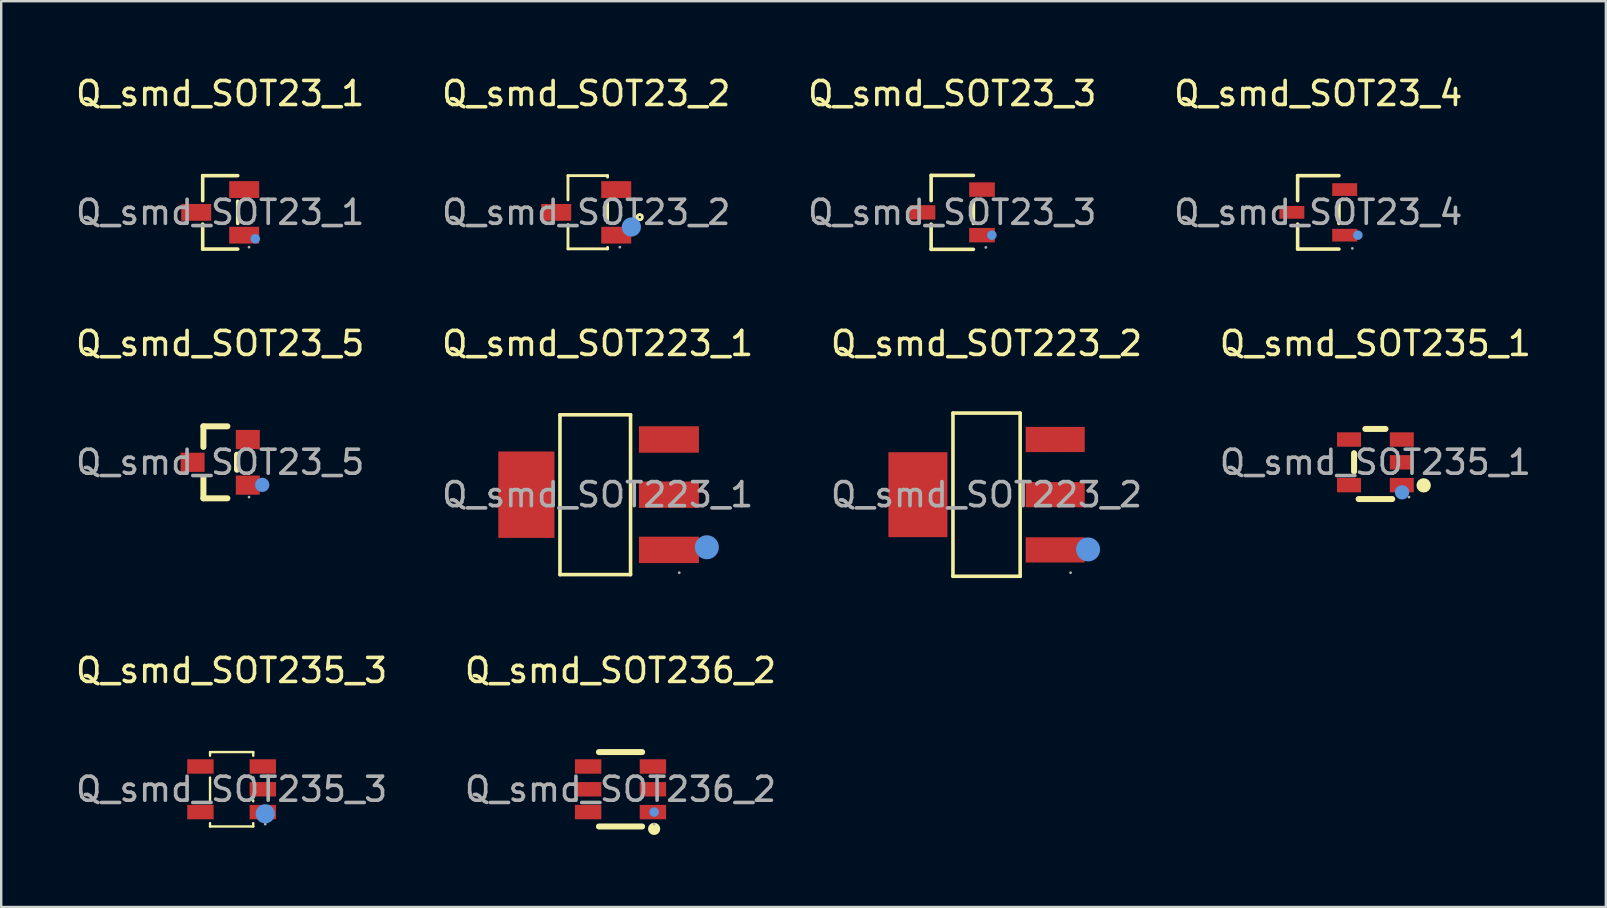
<source format=kicad_pcb>
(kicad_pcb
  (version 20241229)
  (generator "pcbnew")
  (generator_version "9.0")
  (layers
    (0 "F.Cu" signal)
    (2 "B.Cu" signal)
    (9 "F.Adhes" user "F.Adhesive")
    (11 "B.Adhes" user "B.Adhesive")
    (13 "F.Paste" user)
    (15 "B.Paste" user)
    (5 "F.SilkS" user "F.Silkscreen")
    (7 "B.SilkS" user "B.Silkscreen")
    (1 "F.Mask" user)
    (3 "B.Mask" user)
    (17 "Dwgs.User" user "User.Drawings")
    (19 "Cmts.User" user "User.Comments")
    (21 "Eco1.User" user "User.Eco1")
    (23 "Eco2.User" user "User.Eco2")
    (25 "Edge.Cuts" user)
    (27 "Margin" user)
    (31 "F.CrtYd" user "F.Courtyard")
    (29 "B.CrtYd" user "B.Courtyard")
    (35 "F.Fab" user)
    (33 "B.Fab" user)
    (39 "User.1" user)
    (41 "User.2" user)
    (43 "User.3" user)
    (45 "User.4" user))
  (footprint "Q_smd_SOT23_1"
    (layer "F.Cu")
    (at 6.125 5.798)
    (property "Reference" "Q_smd_SOT23_1" (at 0 -4.95 0) (layer "F.SilkS") (effects (font (size 1 1) (thickness 0.15))))
    (attr smd)
    (fp_line (start -0.73 -1.53) (end -0.73 -0.49) (stroke (width 0.15) (type solid)) (layer "F.SilkS"))
    (fp_line (start -0.73 1.53) (end -0.73 0.49) (stroke (width 0.15) (type solid)) (layer "F.SilkS"))
    (fp_line (start 0.73 -1.53) (end -0.73 -1.53) (stroke (width 0.15) (type solid)) (layer "F.SilkS"))
    (fp_line (start 0.73 -0.46) (end 0.73 0.46) (stroke (width 0.15) (type solid)) (layer "F.SilkS"))
    (fp_line (start 0.73 1.53) (end -0.73 1.53) (stroke (width 0.15) (type solid)) (layer "F.SilkS"))
    (fp_circle (center 1.46 1.1) (end 1.56 1.1) (stroke (width 0.2) (type solid)) (fill no) (layer "Cmts.User"))
    (fp_circle (center 1.2 1.45) (end 1.23 1.45) (stroke (width 0.06) (type solid)) (fill no) (layer "F.Fab"))
    (fp_text user "${REFERENCE}" (at 0 0 0) (layer "F.Fab") (effects (font (size 1 1) (thickness 0.15))))
    (pad "1" smd rect (at 1 0.95) (size 1.25 0.7) (layers "F.Cu" "F.Mask" "F.Paste"))
    (pad "2" smd rect (at 1 -0.95) (size 1.25 0.7) (layers "F.Cu" "F.Mask" "F.Paste"))
    (pad "3" smd rect (at -1 0) (size 1.25 0.7) (layers "F.Cu" "F.Mask" "F.Paste")))
  (footprint "Q_smd_SOT23_3"
    (layer "F.Cu")
    (at 36.625 5.798)
    (property "Reference" "Q_smd_SOT23_3" (at 0 -4.95 0) (layer "F.SilkS") (effects (font (size 1 1) (thickness 0.15))))
    (attr smd)
    (fp_line (start -0.88 -1.54) (end -0.88 -0.49) (stroke (width 0.15) (type solid)) (layer "F.SilkS"))
    (fp_line (start -0.88 1.54) (end -0.88 0.49) (stroke (width 0.15) (type solid)) (layer "F.SilkS"))
    (fp_line (start 0.88 -1.54) (end -0.88 -1.54) (stroke (width 0.15) (type solid)) (layer "F.SilkS"))
    (fp_line (start 0.88 -0.46) (end 0.88 0.46) (stroke (width 0.15) (type solid)) (layer "F.SilkS"))
    (fp_line (start 0.88 1.54) (end -0.88 1.54) (stroke (width 0.15) (type solid)) (layer "F.SilkS"))
    (fp_circle (center 1.65 0.95) (end 1.75 0.95) (stroke (width 0.2) (type solid)) (fill no) (layer "Cmts.User"))
    (fp_circle (center 1.4 1.46) (end 1.43 1.46) (stroke (width 0.06) (type solid)) (fill no) (layer "F.Fab"))
    (fp_text user "${REFERENCE}" (at 0 0 0) (layer "F.Fab") (effects (font (size 1 1) (thickness 0.15))))
    (pad "1" smd rect (at 1.24 0.95) (size 1.07 0.6) (layers "F.Cu" "F.Mask" "F.Paste"))
    (pad "2" smd rect (at 1.24 -0.95) (size 1.07 0.6) (layers "F.Cu" "F.Mask" "F.Paste"))
    (pad "3" smd rect (at -1.24 0) (size 1.07 0.6) (layers "F.Cu" "F.Mask" "F.Paste")))
  (footprint "Q_smd_SOT223_2"
    (layer "F.Cu")
    (at 38.054 17.561)
    (property "Reference" "Q_smd_SOT223_2" (at 0 -6.3 0) (layer "F.SilkS") (effects (font (size 1 1) (thickness 0.15))))
    (attr smd)
    (fp_line (start -1.4 -3.4) (end 1.4 -3.4) (stroke (width 0.15) (type solid)) (layer "F.SilkS"))
    (fp_line (start -1.4 3.4) (end -1.4 -3.4) (stroke (width 0.15) (type solid)) (layer "F.SilkS"))
    (fp_line (start 1.4 -3.4) (end 1.4 3.4) (stroke (width 0.15) (type solid)) (layer "F.SilkS"))
    (fp_line (start 1.4 3.4) (end -1.4 3.4) (stroke (width 0.15) (type solid)) (layer "F.SilkS"))
    (fp_circle (center 4.23 2.28) (end 4.48 2.28) (stroke (width 0.5) (type solid)) (fill no) (layer "Cmts.User"))
    (fp_circle (center 3.5 3.25) (end 3.53 3.25) (stroke (width 0.06) (type solid)) (fill no) (layer "F.Fab"))
    (fp_text user "${REFERENCE}" (at 0 0 0) (layer "F.Fab") (effects (font (size 1 1) (thickness 0.15))))
    (pad "1" smd rect (at 2.86 2.3) (size 2.46 1.05) (layers "F.Cu" "F.Mask" "F.Paste"))
    (pad "2" smd rect (at 2.86 0) (size 2.46 1.05) (layers "F.Cu" "F.Mask" "F.Paste"))
    (pad "3" smd rect (at 2.86 -2.3) (size 2.46 1.05) (layers "F.Cu" "F.Mask" "F.Paste"))
    (pad "4" smd rect (at -2.86 0) (size 2.46 3.54) (layers "F.Cu" "F.Mask" "F.Paste")))
  (footprint "Q_smd_SOT236_2"
    (layer "F.Cu")
    (at 22.804 29.835)
    (property "Reference" "Q_smd_SOT236_2" (at 0 -4.95 0) (layer "F.SilkS") (effects (font (size 1 1) (thickness 0.15))))
    (attr smd)
    (fp_line (start -0.9 -1.55) (end 0.9 -1.55) (stroke (width 0.25) (type solid)) (layer "F.SilkS"))
    (fp_line (start -0.9 1.55) (end 0.9 1.55) (stroke (width 0.25) (type solid)) (layer "F.SilkS"))
    (fp_circle (center 1.4 1.65) (end 1.53 1.65) (stroke (width 0.25) (type solid)) (fill no) (layer "F.SilkS"))
    (fp_circle (center 1.4 0.95) (end 1.5 0.95) (stroke (width 0.2) (type solid)) (fill no) (layer "Cmts.User"))
    (fp_circle (center 1.4 1.45) (end 1.43 1.45) (stroke (width 0.06) (type solid)) (fill no) (layer "F.Fab"))
    (fp_text user "${REFERENCE}" (at 0 0 0) (layer "F.Fab") (effects (font (size 1 1) (thickness 0.15))))
    (pad "1" smd rect (at 1.35 0.95) (size 1.1 0.6) (layers "F.Cu" "F.Mask" "F.Paste"))
    (pad "2" smd rect (at 1.35 0) (size 1.1 0.6) (layers "F.Cu" "F.Mask" "F.Paste"))
    (pad "3" smd rect (at 1.35 -0.95) (size 1.1 0.6) (layers "F.Cu" "F.Mask" "F.Paste"))
    (pad "4" smd rect (at -1.35 -0.95) (size 1.1 0.6) (layers "F.Cu" "F.Mask" "F.Paste"))
    (pad "5" smd rect (at -1.35 0) (size 1.1 0.6) (layers "F.Cu" "F.Mask" "F.Paste"))
    (pad "6" smd rect (at -1.35 0.95) (size 1.1 0.6) (layers "F.Cu" "F.Mask" "F.Paste")))
  (footprint "Q_smd_SOT23_5"
    (layer "F.Cu")
    (at 6.125 16.212)
    (property "Reference" "Q_smd_SOT23_5" (at 0 -4.95 0) (layer "F.SilkS") (effects (font (size 1 1) (thickness 0.15))))
    (attr smd)
    (fp_line (start -0.7 -1.5) (end 0.3 -1.5) (stroke (width 0.25) (type solid)) (layer "F.SilkS"))
    (fp_line (start -0.7 -0.64) (end -0.7 -1.5) (stroke (width 0.25) (type solid)) (layer "F.SilkS"))
    (fp_line (start -0.7 1.5) (end -0.7 0.63) (stroke (width 0.25) (type solid)) (layer "F.SilkS"))
    (fp_line (start -0.7 1.5) (end 0.3 1.5) (stroke (width 0.25) (type solid)) (layer "F.SilkS"))
    (fp_line (start 0.7 0.31) (end 0.7 -0.32) (stroke (width 0.25) (type solid)) (layer "F.SilkS"))
    (fp_circle (center 1.75 0.94) (end 1.9 0.94) (stroke (width 0.3) (type solid)) (fill no) (layer "Cmts.User"))
    (fp_circle (center 1.2 1.45) (end 1.23 1.45) (stroke (width 0.06) (type solid)) (fill no) (layer "F.Fab"))
    (fp_text user "${REFERENCE}" (at 0 0 0) (layer "F.Fab") (effects (font (size 1 1) (thickness 0.15))))
    (pad "1" smd rect (at 1.15 0.95 180) (size 1 0.8) (layers "F.Cu" "F.Mask" "F.Paste"))
    (pad "2" smd rect (at 1.15 -0.95 180) (size 1 0.8) (layers "F.Cu" "F.Mask" "F.Paste"))
    (pad "3" smd rect (at -1.15 0 180) (size 1 0.8) (layers "F.Cu" "F.Mask" "F.Paste")))
  (footprint "Q_smd_SOT23_2"
    (layer "F.Cu")
    (at 21.375 5.798)
    (property "Reference" "Q_smd_SOT23_2" (at 0 -4.95 0) (layer "F.SilkS") (effects (font (size 1 1) (thickness 0.15))))
    (attr smd)
    (fp_line (start -0.76 -1.53) (end 0.89 -1.53) (stroke (width 0.12) (type solid)) (layer "F.SilkS"))
    (fp_line (start -0.76 -0.52) (end -0.76 -1.53) (stroke (width 0.12) (type solid)) (layer "F.SilkS"))
    (fp_line (start -0.76 1.52) (end -0.76 0.51) (stroke (width 0.12) (type solid)) (layer "F.SilkS"))
    (fp_line (start 0.89 -1.53) (end 0.89 -1.47) (stroke (width 0.12) (type solid)) (layer "F.SilkS"))
    (fp_line (start 0.89 -0.44) (end 0.89 0.43) (stroke (width 0.12) (type solid)) (layer "F.SilkS"))
    (fp_line (start 0.89 1.46) (end 0.89 1.52) (stroke (width 0.12) (type solid)) (layer "F.SilkS"))
    (fp_line (start 0.89 1.52) (end -0.76 1.52) (stroke (width 0.12) (type solid)) (layer "F.SilkS"))
    (fp_circle (center 2.23 0.2) (end 2.28 0.2) (stroke (width 0.12) (type solid)) (fill no) (layer "F.SilkS"))
    (fp_circle (center 1.88 0.61) (end 2.08 0.61) (stroke (width 0.4) (type solid)) (fill no) (layer "Cmts.User"))
    (fp_circle (center 1.4 1.45) (end 1.43 1.45) (stroke (width 0.06) (type solid)) (fill no) (layer "F.Fab"))
    (fp_text user "${REFERENCE}" (at 0 0 0) (layer "F.Fab") (effects (font (size 1 1) (thickness 0.15))))
    (pad "1" smd rect (at 1.25 0.95 270) (size 0.7 1.25) (layers "F.Cu" "F.Mask" "F.Paste"))
    (pad "2" smd rect (at -1.25 0 270) (size 0.7 1.25) (layers "F.Cu" "F.Mask" "F.Paste"))
    (pad "3" smd rect (at 1.25 -0.95 270) (size 0.7 1.25) (layers "F.Cu" "F.Mask" "F.Paste")))
  (footprint "Q_smd_SOT235_1"
    (layer "F.Cu")
    (at 54.256 16.212)
    (property "Reference" "Q_smd_SOT235_1" (at 0 -4.95 0) (layer "F.SilkS") (effects (font (size 1 1) (thickness 0.15))))
    (attr smd)
    (fp_line (start -0.89 0.38) (end -0.89 -0.38) (stroke (width 0.25) (type solid)) (layer "F.SilkS"))
    (fp_line (start -0.7 1.53) (end 0.7 1.53) (stroke (width 0.25) (type solid)) (layer "F.SilkS"))
    (fp_line (start -0.42 -1.39) (end 0.42 -1.39) (stroke (width 0.25) (type solid)) (layer "F.SilkS"))
    (fp_circle (center 2.01 0.96) (end 2.16 0.96) (stroke (width 0.3) (type solid)) (fill no) (layer "F.SilkS"))
    (fp_circle (center 1.11 1.25) (end 1.26 1.25) (stroke (width 0.3) (type solid)) (fill no) (layer "Cmts.User"))
    (fp_circle (center 1.4 1.45) (end 1.43 1.45) (stroke (width 0.06) (type solid)) (fill no) (layer "F.Fab"))
    (fp_text user "${REFERENCE}" (at 0 0 0) (layer "F.Fab") (effects (font (size 1 1) (thickness 0.15))))
    (pad "1" smd rect (at 1.1 0.95 90) (size 0.6 1) (layers "F.Cu" "F.Mask" "F.Paste"))
    (pad "2" smd rect (at 1.1 0 90) (size 0.6 1) (layers "F.Cu" "F.Mask" "F.Paste"))
    (pad "3" smd rect (at 1.1 -0.95 90) (size 0.6 1) (layers "F.Cu" "F.Mask" "F.Paste"))
    (pad "4" smd rect (at -1.1 -0.95 90) (size 0.6 1) (layers "F.Cu" "F.Mask" "F.Paste"))
    (pad "5" smd rect (at -1.1 0.95 90) (size 0.6 1) (layers "F.Cu" "F.Mask" "F.Paste")))
  (footprint "Q_smd_SOT235_3"
    (layer "F.Cu")
    (at 6.601 29.835)
    (property "Reference" "Q_smd_SOT235_3" (at 0 -4.95 0) (layer "F.SilkS") (effects (font (size 1 1) (thickness 0.15))))
    (attr smd)
    (fp_line (start -0.9 -1.55) (end -0.9 -1.4) (stroke (width 0.1) (type solid)) (layer "F.SilkS"))
    (fp_line (start -0.9 -1.55) (end 0.9 -1.55) (stroke (width 0.1) (type solid)) (layer "F.SilkS"))
    (fp_line (start -0.9 -0.49) (end -0.9 0.5) (stroke (width 0.1) (type solid)) (layer "F.SilkS"))
    (fp_line (start -0.9 1.41) (end -0.9 1.55) (stroke (width 0.1) (type solid)) (layer "F.SilkS"))
    (fp_line (start -0.9 1.55) (end 0.9 1.55) (stroke (width 0.1) (type solid)) (layer "F.SilkS"))
    (fp_line (start 0.9 -1.55) (end 0.9 -1.4) (stroke (width 0.1) (type solid)) (layer "F.SilkS"))
    (fp_line (start 0.9 -0.49) (end 0.9 -0.45) (stroke (width 0.1) (type solid)) (layer "F.SilkS"))
    (fp_line (start 0.9 0.46) (end 0.9 0.5) (stroke (width 0.1) (type solid)) (layer "F.SilkS"))
    (fp_line (start 0.9 1.41) (end 0.9 1.55) (stroke (width 0.1) (type solid)) (layer "F.SilkS"))
    (fp_circle (center 1.4 1.02) (end 1.6 1.02) (stroke (width 0.4) (type solid)) (fill no) (layer "Cmts.User"))
    (fp_circle (center 1.4 1.45) (end 1.43 1.45) (stroke (width 0.06) (type solid)) (fill no) (layer "F.Fab"))
    (fp_text user "${REFERENCE}" (at 0 0 0) (layer "F.Fab") (effects (font (size 1 1) (thickness 0.15))))
    (pad "1" smd rect (at 1.3 0.95) (size 1.1 0.6) (layers "F.Cu" "F.Mask" "F.Paste"))
    (pad "2" smd rect (at 1.3 0) (size 1.1 0.6) (layers "F.Cu" "F.Mask" "F.Paste"))
    (pad "3" smd rect (at 1.3 -0.95) (size 1.1 0.6) (layers "F.Cu" "F.Mask" "F.Paste"))
    (pad "4" smd rect (at -1.3 -0.95) (size 1.1 0.6) (layers "F.Cu" "F.Mask" "F.Paste"))
    (pad "5" smd rect (at -1.3 0.95) (size 1.1 0.6) (layers "F.Cu" "F.Mask" "F.Paste")))
  (footprint "Q_smd_SOT223_1"
    (layer "F.Cu")
    (at 21.851 17.561)
    (property "Reference" "Q_smd_SOT223_1" (at 0 -6.3 0) (layer "F.SilkS") (effects (font (size 1 1) (thickness 0.15))))
    (attr smd)
    (fp_line (start -1.57 -3.33) (end 1.37 -3.33) (stroke (width 0.15) (type solid)) (layer "F.SilkS"))
    (fp_line (start -1.57 3.33) (end -1.57 -3.33) (stroke (width 0.15) (type solid)) (layer "F.SilkS"))
    (fp_line (start 1.37 -3.33) (end 1.37 3.33) (stroke (width 0.15) (type solid)) (layer "F.SilkS"))
    (fp_line (start 1.37 3.33) (end -1.57 3.33) (stroke (width 0.15) (type solid)) (layer "F.SilkS"))
    (fp_circle (center 4.55 2.19) (end 4.8 2.19) (stroke (width 0.5) (type solid)) (fill no) (layer "Cmts.User"))
    (fp_circle (center 3.4 3.25) (end 3.43 3.25) (stroke (width 0.06) (type solid)) (fill no) (layer "F.Fab"))
    (fp_text user "${REFERENCE}" (at 0 0 0) (layer "F.Fab") (effects (font (size 1 1) (thickness 0.15))))
    (pad "1" smd rect (at 2.97 2.3) (size 2.5 1.1) (layers "F.Cu" "F.Mask" "F.Paste"))
    (pad "2" smd rect (at 2.97 0) (size 2.5 1.1) (layers "F.Cu" "F.Mask" "F.Paste"))
    (pad "3" smd rect (at 2.97 -2.3) (size 2.5 1.1) (layers "F.Cu" "F.Mask" "F.Paste"))
    (pad "4" smd rect (at -2.97 0) (size 2.34 3.6) (layers "F.Cu" "F.Mask" "F.Paste")))
  (footprint "Q_smd_SOT23_4"
    (layer "F.Cu")
    (at 51.875 5.798)
    (property "Reference" "Q_smd_SOT23_4" (at 0 -4.95 0) (layer "F.SilkS") (effects (font (size 1 1) (thickness 0.15))))
    (attr smd)
    (fp_line (start -0.86 -1.53) (end -0.86 -0.49) (stroke (width 0.15) (type solid)) (layer "F.SilkS"))
    (fp_line (start -0.86 1.53) (end -0.86 0.49) (stroke (width 0.15) (type solid)) (layer "F.SilkS"))
    (fp_line (start 0.86 -1.53) (end -0.86 -1.53) (stroke (width 0.15) (type solid)) (layer "F.SilkS"))
    (fp_line (start 0.86 -0.46) (end 0.86 0.46) (stroke (width 0.15) (type solid)) (layer "F.SilkS"))
    (fp_line (start 0.86 1.53) (end -0.86 1.53) (stroke (width 0.15) (type solid)) (layer "F.SilkS"))
    (fp_circle (center 1.65 0.95) (end 1.75 0.95) (stroke (width 0.2) (type solid)) (fill no) (layer "Cmts.User"))
    (fp_circle (center 1.42 1.5) (end 1.45 1.5) (stroke (width 0.06) (type solid)) (fill no) (layer "F.Fab"))
    (fp_text user "${REFERENCE}" (at 0 0 0) (layer "F.Fab") (effects (font (size 1 1) (thickness 0.15))))
    (pad "1" smd rect (at 1.1 0.95) (size 1.04 0.53) (layers "F.Cu" "F.Mask" "F.Paste"))
    (pad "2" smd rect (at 1.1 -0.95) (size 1.04 0.53) (layers "F.Cu" "F.Mask" "F.Paste"))
    (pad "3" smd rect (at -1.1 0) (size 1.04 0.53) (layers "F.Cu" "F.Mask" "F.Paste")))
  (gr_rect
    (start -3 -3)
    (end 63.857 34.74)
    (stroke (width 0.1) (type default))
    (fill no)
    (layer "Edge.Cuts")))
</source>
